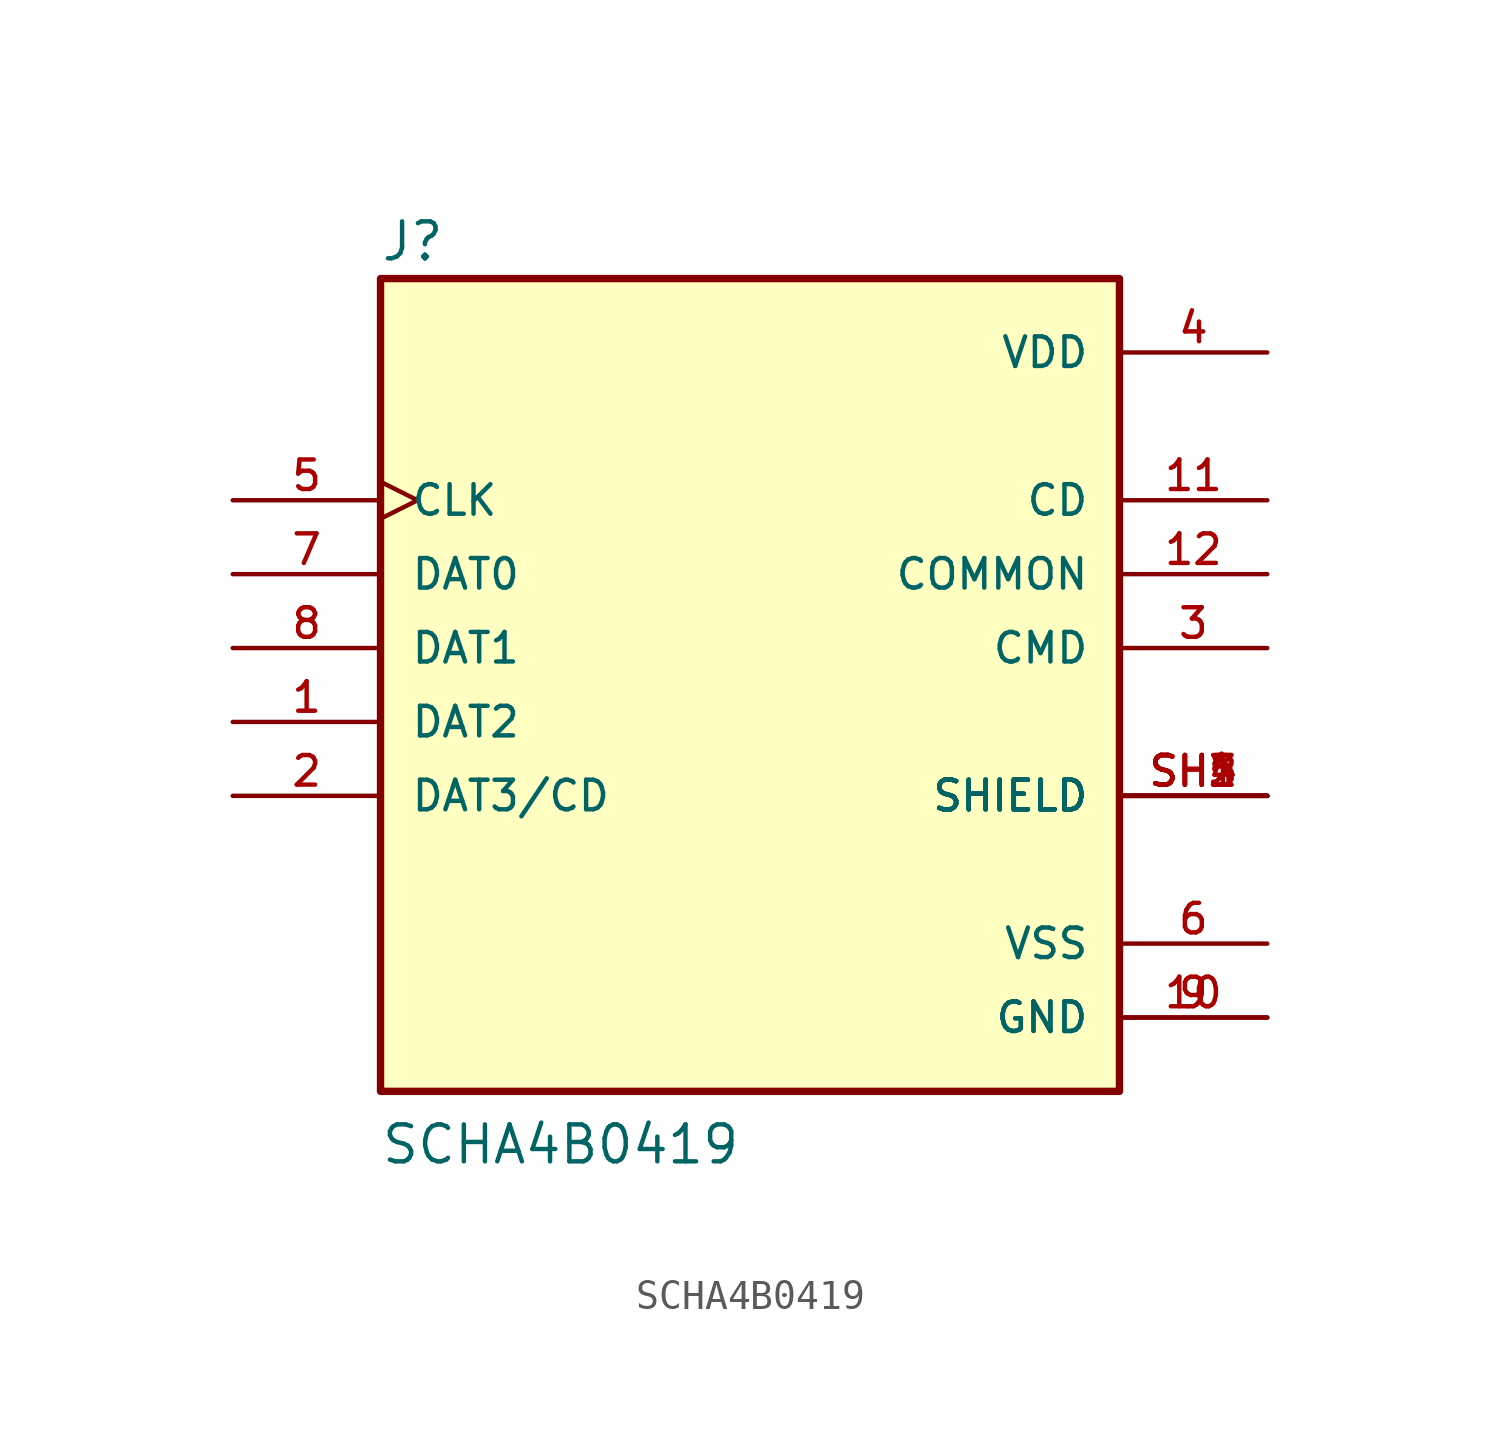
<source format=kicad_sym>
(kicad_symbol_lib
  (version 20211014)
  (generator kicad_symbol_editor)
  (symbol "SCHA4B0419"
    (pin_names
      (offset 1.016))
    (property "Reference" "J"
      (at -12.725 13.234 0)
      (effects (font (size 1.27 1.27)) (justify bottom left)))
    (property "Value" "SCHA4B0419"
      (at -12.719 -17.807 0)
      (effects (font (size 1.27 1.27)) (justify bottom left)))
    (symbol "SCHA4B0419_0_0"
      (rectangle (start -12.7 -15.24) (end 12.7 12.7) (stroke (width 0.254)) (fill (type background)))
      (pin bidirectional line (at -17.78 2.54 0) (length 5.08) (name "DAT0" (effects (font (size 1.016 1.016)))) (number "7" (effects (font (size 1.016 1.016)))))
      (pin bidirectional line (at 17.78 0.0 180.0) (length 5.08) (name "CMD" (effects (font (size 1.016 1.016)))) (number "3" (effects (font (size 1.016 1.016)))))
      (pin power_in line (at 17.78 10.16 180.0) (length 5.08) (name "VDD" (effects (font (size 1.016 1.016)))) (number "4" (effects (font (size 1.016 1.016)))))
      (pin bidirectional clock (at -17.78 5.08 0) (length 5.08) (name "CLK" (effects (font (size 1.016 1.016)))) (number "5" (effects (font (size 1.016 1.016)))))
      (pin power_in line (at 17.78 -10.16 180.0) (length 5.08) (name "VSS" (effects (font (size 1.016 1.016)))) (number "6" (effects (font (size 1.016 1.016)))))
      (pin power_in line (at 17.78 -12.7 180.0) (length 5.08) (name "GND" (effects (font (size 1.016 1.016)))) (number "9" (effects (font (size 1.016 1.016)))))
      (pin power_in line (at 17.78 -12.7 180.0) (length 5.08) (name "GND" (effects (font (size 1.016 1.016)))) (number "10" (effects (font (size 1.016 1.016)))))
      (pin passive line (at 17.78 -5.08 180.0) (length 5.08) (name "SHIELD" (effects (font (size 1.016 1.016)))) (number "SH1" (effects (font (size 1.016 1.016)))))
      (pin passive line (at 17.78 -5.08 180.0) (length 5.08) (name "SHIELD" (effects (font (size 1.016 1.016)))) (number "SH2" (effects (font (size 1.016 1.016)))))
      (pin passive line (at 17.78 -5.08 180.0) (length 5.08) (name "SHIELD" (effects (font (size 1.016 1.016)))) (number "SH3" (effects (font (size 1.016 1.016)))))
      (pin passive line (at 17.78 -5.08 180.0) (length 5.08) (name "SHIELD" (effects (font (size 1.016 1.016)))) (number "SH4" (effects (font (size 1.016 1.016)))))
      (pin passive line (at 17.78 -5.08 180.0) (length 5.08) (name "SHIELD" (effects (font (size 1.016 1.016)))) (number "SH5" (effects (font (size 1.016 1.016)))))
      (pin bidirectional line (at -17.78 0.0 0) (length 5.08) (name "DAT1" (effects (font (size 1.016 1.016)))) (number "8" (effects (font (size 1.016 1.016)))))
      (pin bidirectional line (at -17.78 -2.54 0) (length 5.08) (name "DAT2" (effects (font (size 1.016 1.016)))) (number "1" (effects (font (size 1.016 1.016)))))
      (pin bidirectional line (at -17.78 -5.08 0) (length 5.08) (name "DAT3/CD" (effects (font (size 1.016 1.016)))) (number "2" (effects (font (size 1.016 1.016)))))
      (pin bidirectional line (at 17.78 5.08 180.0) (length 5.08) (name "CD" (effects (font (size 1.016 1.016)))) (number "11" (effects (font (size 1.016 1.016)))))
      (pin bidirectional line (at 17.78 2.54 180.0) (length 5.08) (name "COMMON" (effects (font (size 1.016 1.016)))) (number "12" (effects (font (size 1.016 1.016))))))))
</source>
